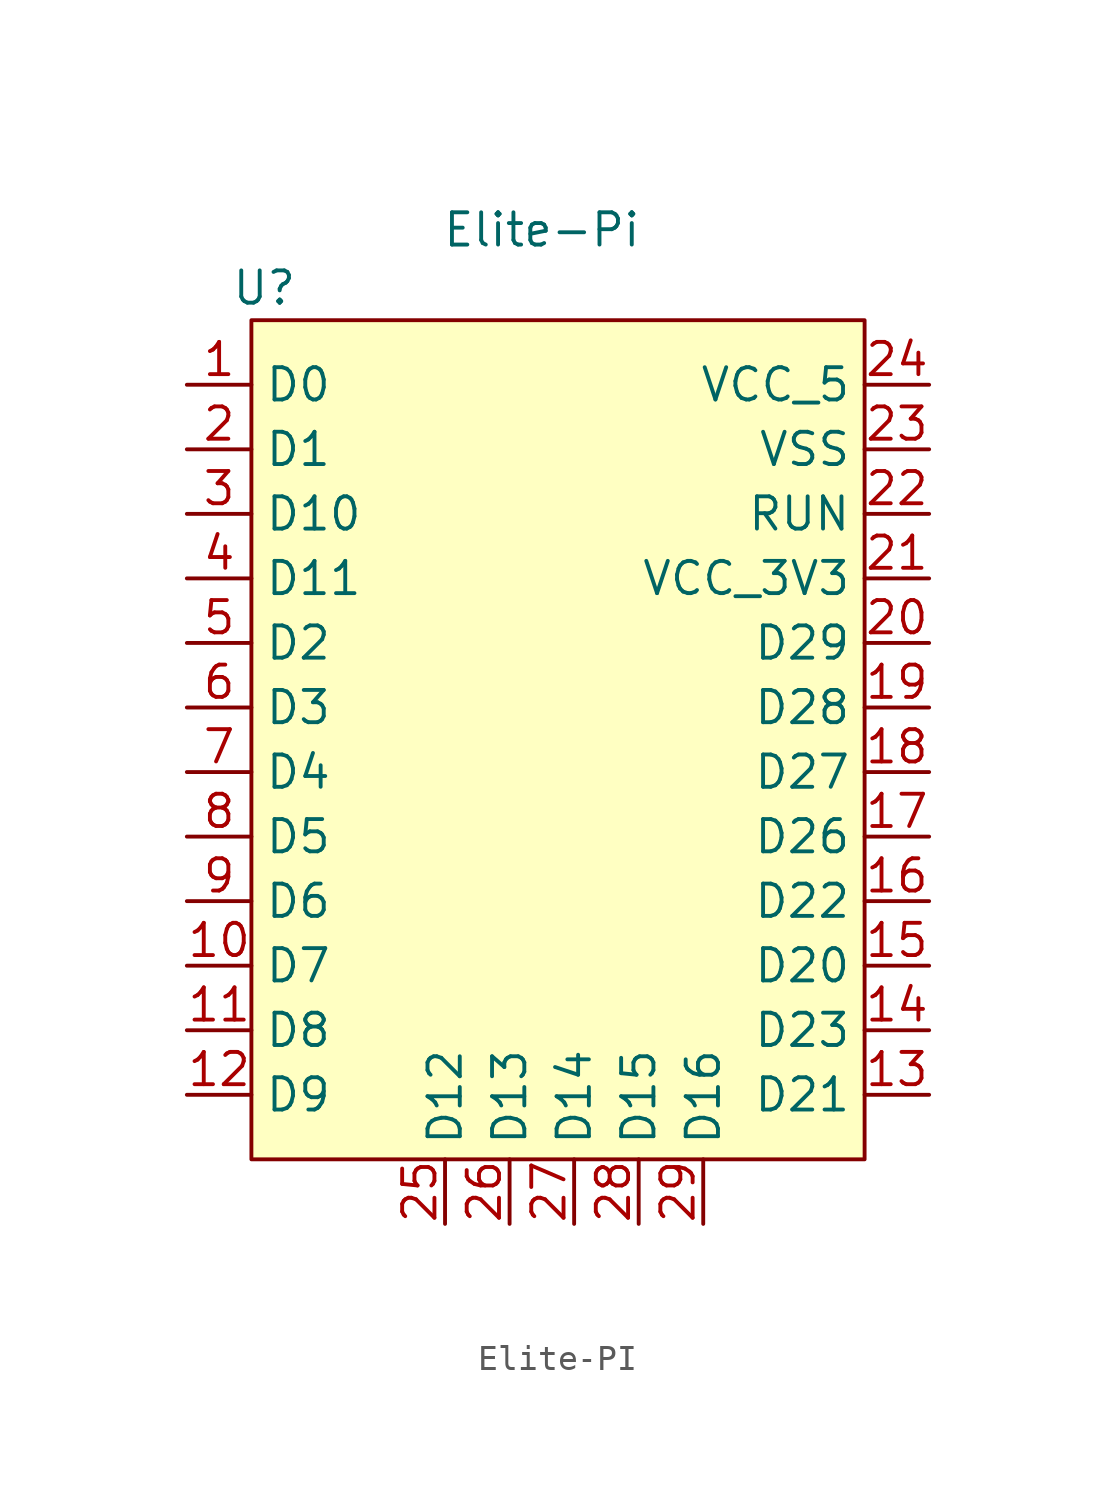
<source format=kicad_sym>
(kicad_symbol_lib
  (version 20241209)
  (generator "kicad_symbol_editor")
  (generator_version "9.0")
  (symbol "Elite-PI"
    (property "Reference" "U"
      (at -12.192 16.51 0)
      (effects (font (size 1.27 1.27))))
    (property "Value" "Elite-Pi"
      (at -1.27 18.796 0)
      (effects (font (size 1.27 1.27))))
    (property "Footprint" ""
      (at 0 0 0)
      (effects (font (size 1.27 1.27))))
    (symbol "Elite-PI_1_1"
      (rectangle (start -12.7 15.24) (end 11.43 -17.78) (stroke (width 0) (type solid)) (fill (type color) (color 255 255 194 1)))
      (pin bidirectional line (at -15.24 12.7 0) (length 2.54) (name "D0" (effects (font (size 1.27 1.27)))) (number "1" (effects (font (size 1.27 1.27)))))
      (pin bidirectional line (at -15.24 10.16 0) (length 2.54) (name "D1" (effects (font (size 1.27 1.27)))) (number "2" (effects (font (size 1.27 1.27)))))
      (pin bidirectional line (at -15.24 7.62 0) (length 2.54) (name "D10" (effects (font (size 1.27 1.27)))) (number "3" (effects (font (size 1.27 1.27)))))
      (pin bidirectional line (at -15.24 5.08 0) (length 2.54) (name "D11" (effects (font (size 1.27 1.27)))) (number "4" (effects (font (size 1.27 1.27)))))
      (pin bidirectional line (at -15.24 2.54 0) (length 2.54) (name "D2" (effects (font (size 1.27 1.27)))) (number "5" (effects (font (size 1.27 1.27)))))
      (pin bidirectional line (at -15.24 0 0) (length 2.54) (name "D3" (effects (font (size 1.27 1.27)))) (number "6" (effects (font (size 1.27 1.27)))))
      (pin bidirectional line (at -15.24 -2.54 0) (length 2.54) (name "D4" (effects (font (size 1.27 1.27)))) (number "7" (effects (font (size 1.27 1.27)))))
      (pin bidirectional line (at -15.24 -5.08 0) (length 2.54) (name "D5" (effects (font (size 1.27 1.27)))) (number "8" (effects (font (size 1.27 1.27)))))
      (pin bidirectional line (at -15.24 -7.62 0) (length 2.54) (name "D6" (effects (font (size 1.27 1.27)))) (number "9" (effects (font (size 1.27 1.27)))))
      (pin bidirectional line (at -15.24 -10.16 0) (length 2.54) (name "D7" (effects (font (size 1.27 1.27)))) (number "10" (effects (font (size 1.27 1.27)))))
      (pin bidirectional line (at -15.24 -12.7 0) (length 2.54) (name "D8" (effects (font (size 1.27 1.27)))) (number "11" (effects (font (size 1.27 1.27)))))
      (pin bidirectional line (at -15.24 -15.24 0) (length 2.54) (name "D9" (effects (font (size 1.27 1.27)))) (number "12" (effects (font (size 1.27 1.27)))))
      (pin bidirectional line (at -5.08 -20.32 90) (length 2.54) (name "D12" (effects (font (size 1.27 1.27)))) (number "25" (effects (font (size 1.27 1.27)))))
      (pin bidirectional line (at -2.54 -20.32 90) (length 2.54) (name "D13" (effects (font (size 1.27 1.27)))) (number "26" (effects (font (size 1.27 1.27)))))
      (pin bidirectional line (at 0 -20.32 90) (length 2.54) (name "D14" (effects (font (size 1.27 1.27)))) (number "27" (effects (font (size 1.27 1.27)))))
      (pin bidirectional line (at 2.54 -20.32 90) (length 2.54) (name "D15" (effects (font (size 1.27 1.27)))) (number "28" (effects (font (size 1.27 1.27)))))
      (pin bidirectional line (at 5.08 -20.32 90) (length 2.54) (name "D16" (effects (font (size 1.27 1.27)))) (number "29" (effects (font (size 1.27 1.27)))))
      (pin power_out line (at 13.97 12.7 180) (length 2.54) (name "VCC_5" (effects (font (size 1.27 1.27)))) (number "24" (effects (font (size 1.27 1.27)))))
      (pin power_in line (at 13.97 10.16 180) (length 2.54) (name "VSS" (effects (font (size 1.27 1.27)))) (number "23" (effects (font (size 1.27 1.27)))))
      (pin input line (at 13.97 7.62 180) (length 2.54) (name "RUN" (effects (font (size 1.27 1.27)))) (number "22" (effects (font (size 1.27 1.27)))))
      (pin power_out line (at 13.97 5.08 180) (length 2.54) (name "VCC_3V3" (effects (font (size 1.27 1.27)))) (number "21" (effects (font (size 1.27 1.27)))))
      (pin bidirectional line (at 13.97 2.54 180) (length 2.54) (name "D29" (effects (font (size 1.27 1.27)))) (number "20" (effects (font (size 1.27 1.27)))))
      (pin bidirectional line (at 13.97 0 180) (length 2.54) (name "D28" (effects (font (size 1.27 1.27)))) (number "19" (effects (font (size 1.27 1.27)))))
      (pin bidirectional line (at 13.97 -2.54 180) (length 2.54) (name "D27" (effects (font (size 1.27 1.27)))) (number "18" (effects (font (size 1.27 1.27)))))
      (pin bidirectional line (at 13.97 -5.08 180) (length 2.54) (name "D26" (effects (font (size 1.27 1.27)))) (number "17" (effects (font (size 1.27 1.27)))))
      (pin bidirectional line (at 13.97 -7.62 180) (length 2.54) (name "D22" (effects (font (size 1.27 1.27)))) (number "16" (effects (font (size 1.27 1.27)))))
      (pin bidirectional line (at 13.97 -10.16 180) (length 2.54) (name "D20" (effects (font (size 1.27 1.27)))) (number "15" (effects (font (size 1.27 1.27)))))
      (pin bidirectional line (at 13.97 -12.7 180) (length 2.54) (name "D23" (effects (font (size 1.27 1.27)))) (number "14" (effects (font (size 1.27 1.27)))))
      (pin bidirectional line (at 13.97 -15.24 180) (length 2.54) (name "D21" (effects (font (size 1.27 1.27)))) (number "13" (effects (font (size 1.27 1.27))))))))
</source>
